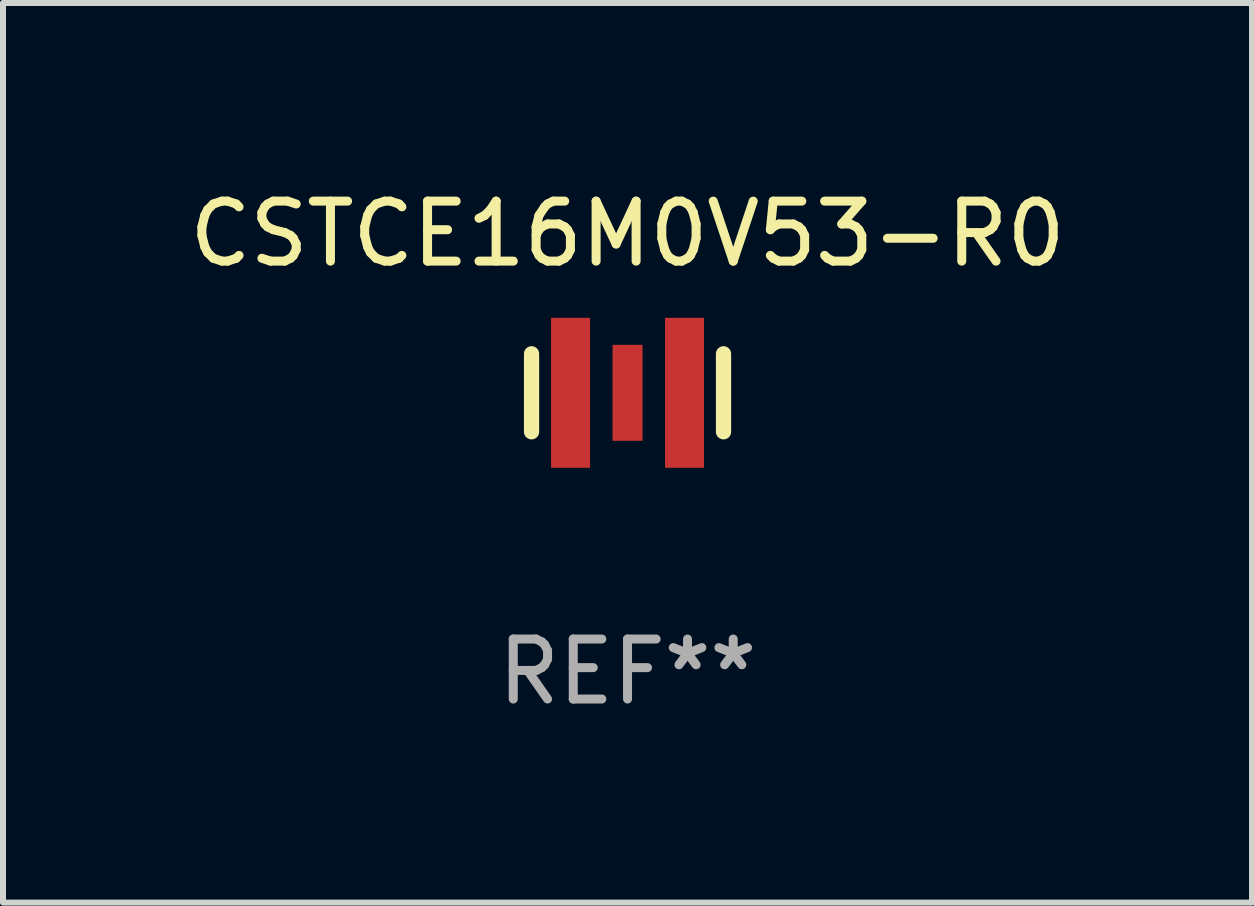
<source format=kicad_pcb>
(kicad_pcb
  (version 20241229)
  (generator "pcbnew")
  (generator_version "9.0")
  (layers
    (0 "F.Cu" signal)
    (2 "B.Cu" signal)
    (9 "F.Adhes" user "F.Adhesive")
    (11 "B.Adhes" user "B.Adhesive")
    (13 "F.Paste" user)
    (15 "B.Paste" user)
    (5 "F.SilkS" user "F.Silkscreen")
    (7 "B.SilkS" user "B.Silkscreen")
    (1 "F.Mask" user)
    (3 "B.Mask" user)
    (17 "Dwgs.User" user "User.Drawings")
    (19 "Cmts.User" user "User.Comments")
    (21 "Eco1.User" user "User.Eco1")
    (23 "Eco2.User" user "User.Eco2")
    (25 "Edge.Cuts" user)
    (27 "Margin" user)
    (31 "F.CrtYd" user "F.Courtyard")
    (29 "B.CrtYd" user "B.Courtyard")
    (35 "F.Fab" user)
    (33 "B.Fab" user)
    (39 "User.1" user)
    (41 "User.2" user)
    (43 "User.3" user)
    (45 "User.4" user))
  (footprint "CSTCE16M0V53-R0"
    (layer "F.Cu")
    (at 7.411 3.498)
    (property "Reference" "CSTCE16M0V53-R0" (at 0 -2.65 0) (layer "F.SilkS") (effects (font (size 1 1) (thickness 0.15))))
    (attr through_hole)
    (fp_line (start -1.6 -0.65) (end -1.6 0.65) (stroke (width 0.254) (type solid)) (layer "F.SilkS"))
    (fp_line (start 1.6 0.65) (end 1.6 -0.65) (stroke (width 0.254) (type solid)) (layer "F.SilkS"))
    (fp_circle (center -1.6 0.65) (end -1.57 0.65) (stroke (width 0.06) (type solid)) (fill no) (layer "F.SilkS"))
    (fp_text user "REF**" (at 0 4.65 0) (layer "F.Fab") (effects (font (size 1 1) (thickness 0.15))))
    (pad "1" smd rect (at -0.95 0 90) (size 2.5 0.65) (layers "F.Cu" "F.Mask" "F.Paste"))
    (pad "2" smd rect (at 0 0 90) (size 1.6 0.5) (layers "F.Cu" "F.Mask" "F.Paste"))
    (pad "3" smd rect (at 0.95 0 90) (size 2.5 0.65) (layers "F.Cu" "F.Mask" "F.Paste")))
  (gr_rect
    (start -3 -3)
    (end 17.821 11.996)
    (stroke (width 0.1) (type default))
    (fill no)
    (layer "Edge.Cuts")))
</source>
